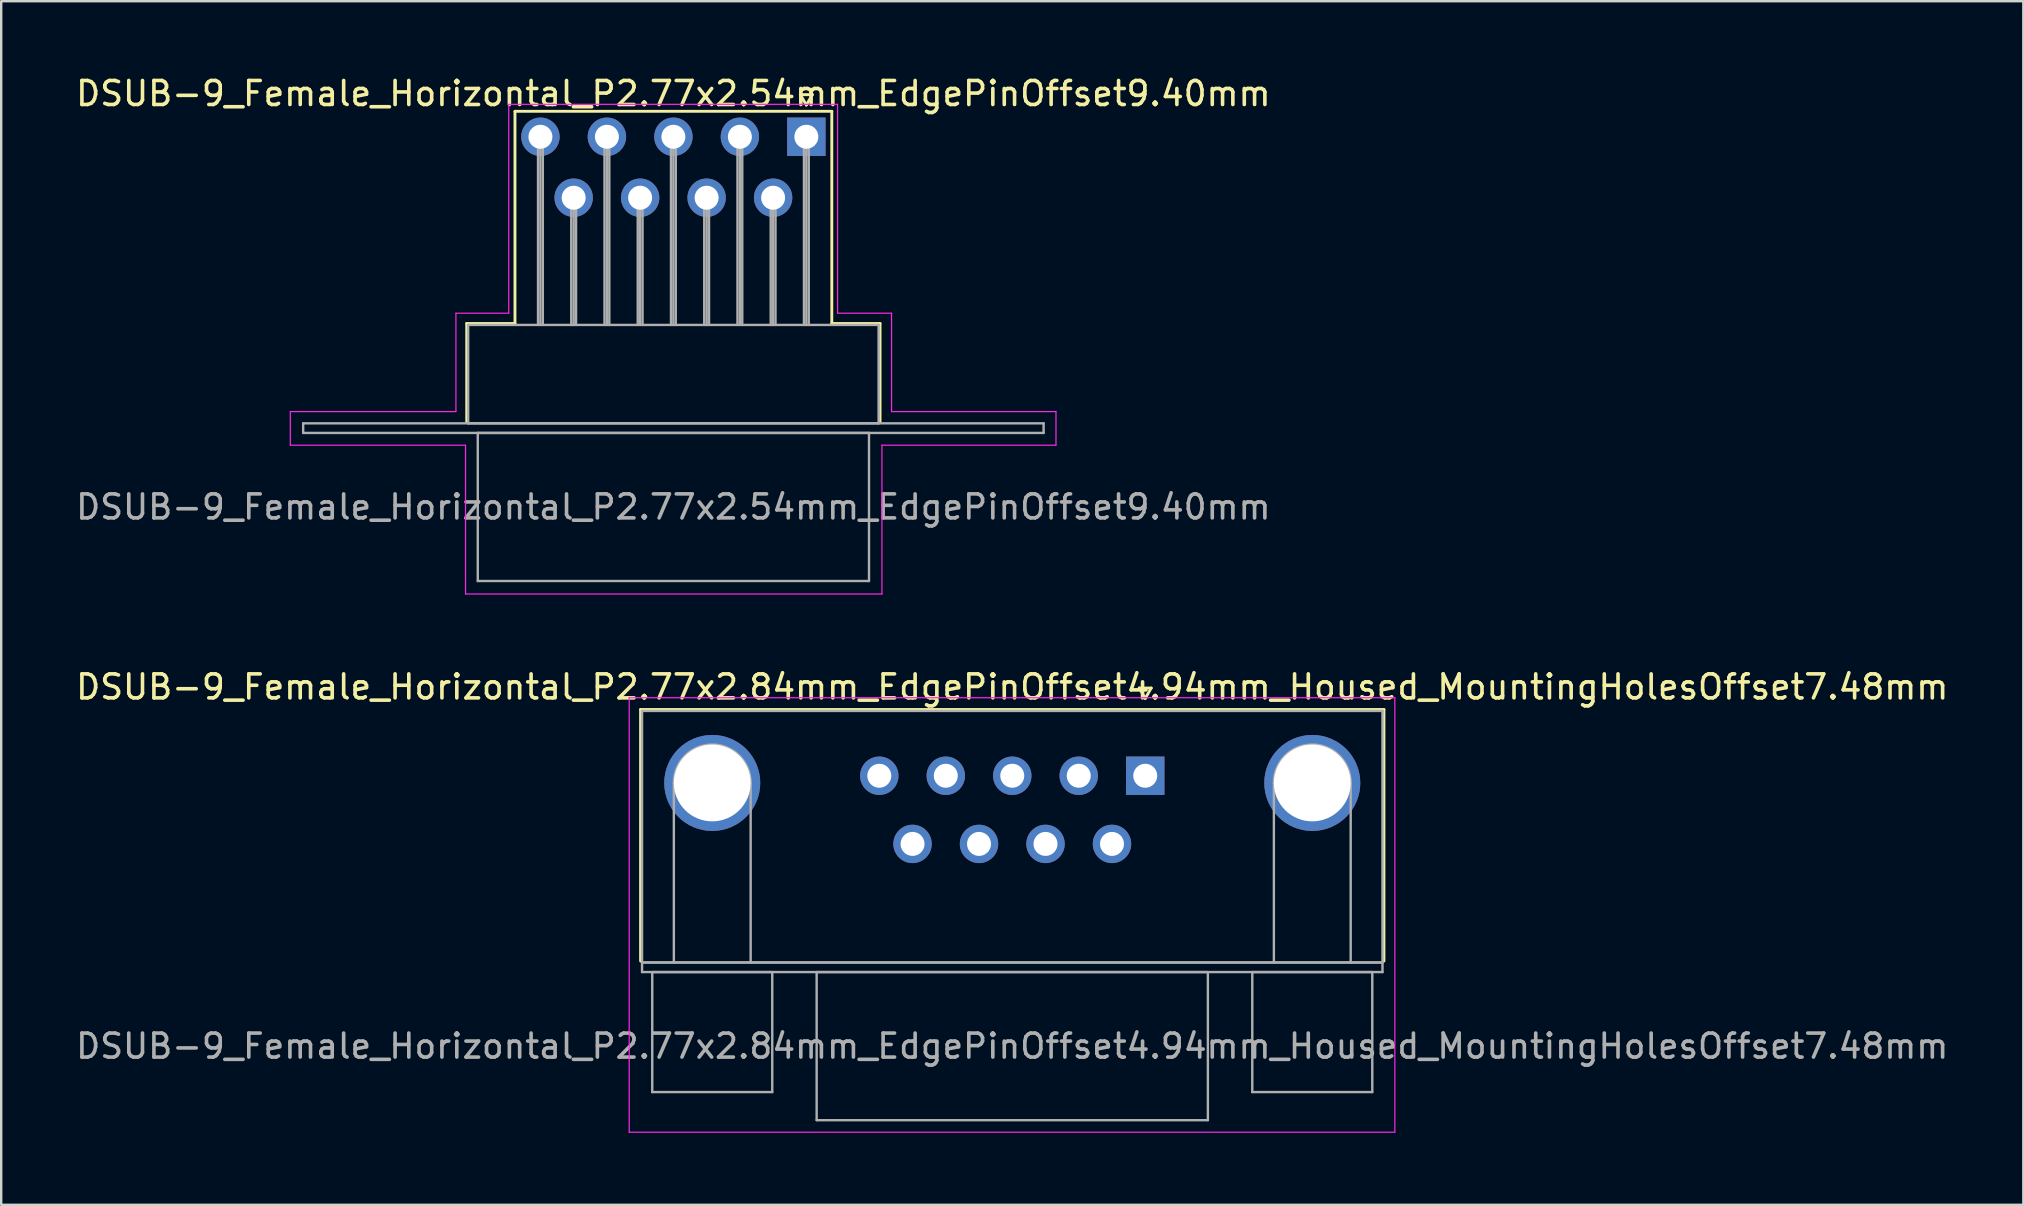
<source format=kicad_pcb>
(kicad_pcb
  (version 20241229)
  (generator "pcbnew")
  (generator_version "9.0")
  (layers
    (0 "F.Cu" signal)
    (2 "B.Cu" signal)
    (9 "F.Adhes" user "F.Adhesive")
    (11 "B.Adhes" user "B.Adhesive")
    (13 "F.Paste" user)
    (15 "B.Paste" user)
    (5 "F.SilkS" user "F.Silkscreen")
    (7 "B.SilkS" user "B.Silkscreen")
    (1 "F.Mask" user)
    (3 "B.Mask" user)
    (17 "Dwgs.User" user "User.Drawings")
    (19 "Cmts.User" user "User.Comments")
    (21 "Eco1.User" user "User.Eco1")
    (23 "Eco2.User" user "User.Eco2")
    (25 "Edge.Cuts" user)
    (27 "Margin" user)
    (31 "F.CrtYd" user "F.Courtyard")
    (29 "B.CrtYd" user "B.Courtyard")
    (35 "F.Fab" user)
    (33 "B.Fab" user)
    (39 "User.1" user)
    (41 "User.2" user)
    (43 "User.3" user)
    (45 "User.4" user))
  (footprint "DSUB-9_Female_Horizontal_P2.77x2.54mm_EdgePinOffset9.40mm"
    (layer "F.Cu")
    (at 30.546 2.648)
    (property "Reference" "DSUB-9_Female_Horizontal_P2.77x2.54mm_EdgePinOffset9.40mm" (at -5.54 -1.8 0) (layer "F.SilkS") (effects (font (size 1 1) (thickness 0.15))))
    (attr through_hole)
    (fp_line (start -14.15 7.78) (end -12.14 7.78) (stroke (width 0.12) (type solid)) (layer "F.SilkS"))
    (fp_line (start -14.15 11.88) (end -14.15 7.78) (stroke (width 0.12) (type solid)) (layer "F.SilkS"))
    (fp_line (start -12.14 -1.06) (end 1.06 -1.06) (stroke (width 0.12) (type solid)) (layer "F.SilkS"))
    (fp_line (start -12.14 7.78) (end -12.14 -1.06) (stroke (width 0.12) (type solid)) (layer "F.SilkS"))
    (fp_line (start -0.25 -1.754) (end 0.25 -1.754) (stroke (width 0.12) (type solid)) (layer "F.SilkS"))
    (fp_line (start 0 -1.321) (end -0.25 -1.754) (stroke (width 0.12) (type solid)) (layer "F.SilkS"))
    (fp_line (start 0.25 -1.754) (end 0 -1.321) (stroke (width 0.12) (type solid)) (layer "F.SilkS"))
    (fp_line (start 1.06 -1.06) (end 1.06 7.78) (stroke (width 0.12) (type solid)) (layer "F.SilkS"))
    (fp_line (start 1.06 7.78) (end 3.07 7.78) (stroke (width 0.12) (type solid)) (layer "F.SilkS"))
    (fp_line (start 3.07 7.78) (end 3.07 11.88) (stroke (width 0.12) (type solid)) (layer "F.SilkS"))
    (fp_line (start -21.5 11.45) (end -14.6 11.45) (stroke (width 0.05) (type solid)) (layer "F.CrtYd"))
    (fp_line (start -21.5 12.85) (end -21.5 11.45) (stroke (width 0.05) (type solid)) (layer "F.CrtYd"))
    (fp_line (start -14.6 7.35) (end -12.4 7.35) (stroke (width 0.05) (type solid)) (layer "F.CrtYd"))
    (fp_line (start -14.6 11.45) (end -14.6 7.35) (stroke (width 0.05) (type solid)) (layer "F.CrtYd"))
    (fp_line (start -14.2 12.85) (end -21.5 12.85) (stroke (width 0.05) (type solid)) (layer "F.CrtYd"))
    (fp_line (start -14.2 19.05) (end -14.2 12.85) (stroke (width 0.05) (type solid)) (layer "F.CrtYd"))
    (fp_line (start -12.4 -1.35) (end 1.3 -1.35) (stroke (width 0.05) (type solid)) (layer "F.CrtYd"))
    (fp_line (start -12.4 7.35) (end -12.4 -1.35) (stroke (width 0.05) (type solid)) (layer "F.CrtYd"))
    (fp_line (start 1.3 -1.35) (end 1.3 7.35) (stroke (width 0.05) (type solid)) (layer "F.CrtYd"))
    (fp_line (start 1.3 7.35) (end 3.55 7.35) (stroke (width 0.05) (type solid)) (layer "F.CrtYd"))
    (fp_line (start 3.15 12.85) (end 3.15 19.05) (stroke (width 0.05) (type solid)) (layer "F.CrtYd"))
    (fp_line (start 3.15 19.05) (end -14.2 19.05) (stroke (width 0.05) (type solid)) (layer "F.CrtYd"))
    (fp_line (start 3.55 7.35) (end 3.55 11.45) (stroke (width 0.05) (type solid)) (layer "F.CrtYd"))
    (fp_line (start 3.55 11.45) (end 10.4 11.45) (stroke (width 0.05) (type solid)) (layer "F.CrtYd"))
    (fp_line (start 10.4 11.45) (end 10.4 12.85) (stroke (width 0.05) (type solid)) (layer "F.CrtYd"))
    (fp_line (start 10.4 12.85) (end 3.15 12.85) (stroke (width 0.05) (type solid)) (layer "F.CrtYd"))
    (fp_line (start -20.965 11.94) (end -20.965 12.34) (stroke (width 0.1) (type solid)) (layer "F.Fab"))
    (fp_line (start -20.965 12.34) (end 9.885 12.34) (stroke (width 0.1) (type solid)) (layer "F.Fab"))
    (fp_line (start -14.09 7.84) (end -14.09 11.94) (stroke (width 0.1) (type solid)) (layer "F.Fab"))
    (fp_line (start -14.09 11.94) (end 3.01 11.94) (stroke (width 0.1) (type solid)) (layer "F.Fab"))
    (fp_line (start -13.69 12.34) (end -13.69 18.51) (stroke (width 0.1) (type solid)) (layer "F.Fab"))
    (fp_line (start -13.69 18.51) (end 2.61 18.51) (stroke (width 0.1) (type solid)) (layer "F.Fab"))
    (fp_line (start -11.18 0) (end -11.18 7.84) (stroke (width 0.1) (type solid)) (layer "F.Fab"))
    (fp_line (start -11.08 0) (end -11.08 7.84) (stroke (width 0.1) (type solid)) (layer "F.Fab"))
    (fp_line (start -10.98 0) (end -10.98 7.84) (stroke (width 0.1) (type solid)) (layer "F.Fab"))
    (fp_line (start -9.795 2.54) (end -9.795 7.84) (stroke (width 0.1) (type solid)) (layer "F.Fab"))
    (fp_line (start -9.695 2.54) (end -9.695 7.84) (stroke (width 0.1) (type solid)) (layer "F.Fab"))
    (fp_line (start -9.595 2.54) (end -9.595 7.84) (stroke (width 0.1) (type solid)) (layer "F.Fab"))
    (fp_line (start -8.41 0) (end -8.41 7.84) (stroke (width 0.1) (type solid)) (layer "F.Fab"))
    (fp_line (start -8.31 0) (end -8.31 7.84) (stroke (width 0.1) (type solid)) (layer "F.Fab"))
    (fp_line (start -8.21 0) (end -8.21 7.84) (stroke (width 0.1) (type solid)) (layer "F.Fab"))
    (fp_line (start -7.025 2.54) (end -7.025 7.84) (stroke (width 0.1) (type solid)) (layer "F.Fab"))
    (fp_line (start -6.925 2.54) (end -6.925 7.84) (stroke (width 0.1) (type solid)) (layer "F.Fab"))
    (fp_line (start -6.825 2.54) (end -6.825 7.84) (stroke (width 0.1) (type solid)) (layer "F.Fab"))
    (fp_line (start -5.64 0) (end -5.64 7.84) (stroke (width 0.1) (type solid)) (layer "F.Fab"))
    (fp_line (start -5.54 0) (end -5.54 7.84) (stroke (width 0.1) (type solid)) (layer "F.Fab"))
    (fp_line (start -5.44 0) (end -5.44 7.84) (stroke (width 0.1) (type solid)) (layer "F.Fab"))
    (fp_line (start -4.255 2.54) (end -4.255 7.84) (stroke (width 0.1) (type solid)) (layer "F.Fab"))
    (fp_line (start -4.155 2.54) (end -4.155 7.84) (stroke (width 0.1) (type solid)) (layer "F.Fab"))
    (fp_line (start -4.055 2.54) (end -4.055 7.84) (stroke (width 0.1) (type solid)) (layer "F.Fab"))
    (fp_line (start -2.87 0) (end -2.87 7.84) (stroke (width 0.1) (type solid)) (layer "F.Fab"))
    (fp_line (start -2.77 0) (end -2.77 7.84) (stroke (width 0.1) (type solid)) (layer "F.Fab"))
    (fp_line (start -2.67 0) (end -2.67 7.84) (stroke (width 0.1) (type solid)) (layer "F.Fab"))
    (fp_line (start -1.485 2.54) (end -1.485 7.84) (stroke (width 0.1) (type solid)) (layer "F.Fab"))
    (fp_line (start -1.385 2.54) (end -1.385 7.84) (stroke (width 0.1) (type solid)) (layer "F.Fab"))
    (fp_line (start -1.285 2.54) (end -1.285 7.84) (stroke (width 0.1) (type solid)) (layer "F.Fab"))
    (fp_line (start -0.1 0) (end -0.1 7.84) (stroke (width 0.1) (type solid)) (layer "F.Fab"))
    (fp_line (start 0 0) (end 0 7.84) (stroke (width 0.1) (type solid)) (layer "F.Fab"))
    (fp_line (start 0.1 0) (end 0.1 7.84) (stroke (width 0.1) (type solid)) (layer "F.Fab"))
    (fp_line (start 2.61 12.34) (end -13.69 12.34) (stroke (width 0.1) (type solid)) (layer "F.Fab"))
    (fp_line (start 2.61 18.51) (end 2.61 12.34) (stroke (width 0.1) (type solid)) (layer "F.Fab"))
    (fp_line (start 3.01 7.84) (end -14.09 7.84) (stroke (width 0.1) (type solid)) (layer "F.Fab"))
    (fp_line (start 3.01 11.94) (end 3.01 7.84) (stroke (width 0.1) (type solid)) (layer "F.Fab"))
    (fp_line (start 9.885 11.94) (end -20.965 11.94) (stroke (width 0.1) (type solid)) (layer "F.Fab"))
    (fp_line (start 9.885 12.34) (end 9.885 11.94) (stroke (width 0.1) (type solid)) (layer "F.Fab"))
    (fp_text user "${REFERENCE}" (at -5.54 15.425 0) (layer "F.Fab") (effects (font (size 1 1) (thickness 0.15))))
    (pad "1" thru_hole rect (at 0 0) (size 1.6 1.6) (drill 1) (layers "*.Cu" "*.Mask"))
    (pad "2" thru_hole circle (at -2.77 0) (size 1.6 1.6) (drill 1) (layers "*.Cu" "*.Mask"))
    (pad "3" thru_hole circle (at -5.54 0) (size 1.6 1.6) (drill 1) (layers "*.Cu" "*.Mask"))
    (pad "4" thru_hole circle (at -8.31 0) (size 1.6 1.6) (drill 1) (layers "*.Cu" "*.Mask"))
    (pad "5" thru_hole circle (at -11.08 0) (size 1.6 1.6) (drill 1) (layers "*.Cu" "*.Mask"))
    (pad "6" thru_hole circle (at -1.385 2.54) (size 1.6 1.6) (drill 1) (layers "*.Cu" "*.Mask"))
    (pad "7" thru_hole circle (at -4.155 2.54) (size 1.6 1.6) (drill 1) (layers "*.Cu" "*.Mask"))
    (pad "8" thru_hole circle (at -6.925 2.54) (size 1.6 1.6) (drill 1) (layers "*.Cu" "*.Mask"))
    (pad "9" thru_hole circle (at -9.695 2.54) (size 1.6 1.6) (drill 1) (layers "*.Cu" "*.Mask")))
  (footprint "DSUB-9_Female_Horizontal_P2.77x2.84mm_EdgePinOffset4.94mm_Housed_MountingHolesOffset7.48mm"
    (layer "F.Cu")
    (at 44.665 29.271)
    (property "Reference" "DSUB-9_Female_Horizontal_P2.77x2.84mm_EdgePinOffset4.94mm_Housed_MountingHolesOffset7.48mm" (at -5.54 -3.7 0) (layer "F.SilkS") (effects (font (size 1 1) (thickness 0.15))))
    (attr through_hole)
    (fp_line (start -21.025 -2.76) (end 9.945 -2.76) (stroke (width 0.12) (type solid)) (layer "F.SilkS"))
    (fp_line (start -21.025 7.72) (end -21.025 -2.76) (stroke (width 0.12) (type solid)) (layer "F.SilkS"))
    (fp_line (start -0.25 -3.654) (end 0.25 -3.654) (stroke (width 0.12) (type solid)) (layer "F.SilkS"))
    (fp_line (start 0 -3.221) (end -0.25 -3.654) (stroke (width 0.12) (type solid)) (layer "F.SilkS"))
    (fp_line (start 0.25 -3.654) (end 0 -3.221) (stroke (width 0.12) (type solid)) (layer "F.SilkS"))
    (fp_line (start 9.945 -2.76) (end 9.945 7.72) (stroke (width 0.12) (type solid)) (layer "F.SilkS"))
    (fp_line (start -21.5 -3.25) (end -21.5 14.85) (stroke (width 0.05) (type solid)) (layer "F.CrtYd"))
    (fp_line (start -21.5 14.85) (end 10.4 14.85) (stroke (width 0.05) (type solid)) (layer "F.CrtYd"))
    (fp_line (start 10.4 -3.25) (end -21.5 -3.25) (stroke (width 0.05) (type solid)) (layer "F.CrtYd"))
    (fp_line (start 10.4 14.85) (end 10.4 -3.25) (stroke (width 0.05) (type solid)) (layer "F.CrtYd"))
    (fp_line (start -20.965 -2.7) (end -20.965 7.78) (stroke (width 0.1) (type solid)) (layer "F.Fab"))
    (fp_line (start -20.965 7.78) (end -20.965 8.18) (stroke (width 0.1) (type solid)) (layer "F.Fab"))
    (fp_line (start -20.965 7.78) (end 9.885 7.78) (stroke (width 0.1) (type solid)) (layer "F.Fab"))
    (fp_line (start -20.965 8.18) (end 9.885 8.18) (stroke (width 0.1) (type solid)) (layer "F.Fab"))
    (fp_line (start -20.54 8.18) (end -20.54 13.18) (stroke (width 0.1) (type solid)) (layer "F.Fab"))
    (fp_line (start -20.54 13.18) (end -15.54 13.18) (stroke (width 0.1) (type solid)) (layer "F.Fab"))
    (fp_line (start -19.64 7.78) (end -19.64 0.3) (stroke (width 0.1) (type solid)) (layer "F.Fab"))
    (fp_line (start -16.44 7.78) (end -16.44 0.3) (stroke (width 0.1) (type solid)) (layer "F.Fab"))
    (fp_line (start -15.54 8.18) (end -20.54 8.18) (stroke (width 0.1) (type solid)) (layer "F.Fab"))
    (fp_line (start -15.54 13.18) (end -15.54 8.18) (stroke (width 0.1) (type solid)) (layer "F.Fab"))
    (fp_line (start -13.69 8.18) (end -13.69 14.35) (stroke (width 0.1) (type solid)) (layer "F.Fab"))
    (fp_line (start -13.69 14.35) (end 2.61 14.35) (stroke (width 0.1) (type solid)) (layer "F.Fab"))
    (fp_line (start 2.61 8.18) (end -13.69 8.18) (stroke (width 0.1) (type solid)) (layer "F.Fab"))
    (fp_line (start 2.61 14.35) (end 2.61 8.18) (stroke (width 0.1) (type solid)) (layer "F.Fab"))
    (fp_line (start 4.46 8.18) (end 4.46 13.18) (stroke (width 0.1) (type solid)) (layer "F.Fab"))
    (fp_line (start 4.46 13.18) (end 9.46 13.18) (stroke (width 0.1) (type solid)) (layer "F.Fab"))
    (fp_line (start 5.36 7.78) (end 5.36 0.3) (stroke (width 0.1) (type solid)) (layer "F.Fab"))
    (fp_line (start 8.56 7.78) (end 8.56 0.3) (stroke (width 0.1) (type solid)) (layer "F.Fab"))
    (fp_line (start 9.46 8.18) (end 4.46 8.18) (stroke (width 0.1) (type solid)) (layer "F.Fab"))
    (fp_line (start 9.46 13.18) (end 9.46 8.18) (stroke (width 0.1) (type solid)) (layer "F.Fab"))
    (fp_line (start 9.885 -2.7) (end -20.965 -2.7) (stroke (width 0.1) (type solid)) (layer "F.Fab"))
    (fp_line (start 9.885 7.78) (end -20.965 7.78) (stroke (width 0.1) (type solid)) (layer "F.Fab"))
    (fp_line (start 9.885 7.78) (end 9.885 -2.7) (stroke (width 0.1) (type solid)) (layer "F.Fab"))
    (fp_line (start 9.885 8.18) (end 9.885 7.78) (stroke (width 0.1) (type solid)) (layer "F.Fab"))
    (fp_arc (start -19.64 0.3) (mid -18.04 -1.3) (end -16.44 0.3) (stroke (width 0.1) (type solid)) (layer "F.Fab"))
    (fp_arc (start 5.36 0.3) (mid 6.96 -1.3) (end 8.56 0.3) (stroke (width 0.1) (type solid)) (layer "F.Fab"))
    (fp_text user "${REFERENCE}" (at -5.54 11.265 0) (layer "F.Fab") (effects (font (size 1 1) (thickness 0.15))))
    (pad "0" thru_hole circle (at -18.04 0.3) (size 4 4) (drill 3.2) (layers "*.Cu" "*.Mask"))
    (pad "0" thru_hole circle (at 6.96 0.3) (size 4 4) (drill 3.2) (layers "*.Cu" "*.Mask"))
    (pad "1" thru_hole rect (at 0 0) (size 1.6 1.6) (drill 1) (layers "*.Cu" "*.Mask"))
    (pad "2" thru_hole circle (at -2.77 0) (size 1.6 1.6) (drill 1) (layers "*.Cu" "*.Mask"))
    (pad "3" thru_hole circle (at -5.54 0) (size 1.6 1.6) (drill 1) (layers "*.Cu" "*.Mask"))
    (pad "4" thru_hole circle (at -8.31 0) (size 1.6 1.6) (drill 1) (layers "*.Cu" "*.Mask"))
    (pad "5" thru_hole circle (at -11.08 0) (size 1.6 1.6) (drill 1) (layers "*.Cu" "*.Mask"))
    (pad "6" thru_hole circle (at -1.385 2.84) (size 1.6 1.6) (drill 1) (layers "*.Cu" "*.Mask"))
    (pad "7" thru_hole circle (at -4.155 2.84) (size 1.6 1.6) (drill 1) (layers "*.Cu" "*.Mask"))
    (pad "8" thru_hole circle (at -6.925 2.84) (size 1.6 1.6) (drill 1) (layers "*.Cu" "*.Mask"))
    (pad "9" thru_hole circle (at -9.695 2.84) (size 1.6 1.6) (drill 1) (layers "*.Cu" "*.Mask")))
  (gr_rect
    (start -3 -3)
    (end 81.25 47.147)
    (stroke (width 0.1) (type default))
    (fill no)
    (layer "Edge.Cuts")))
</source>
